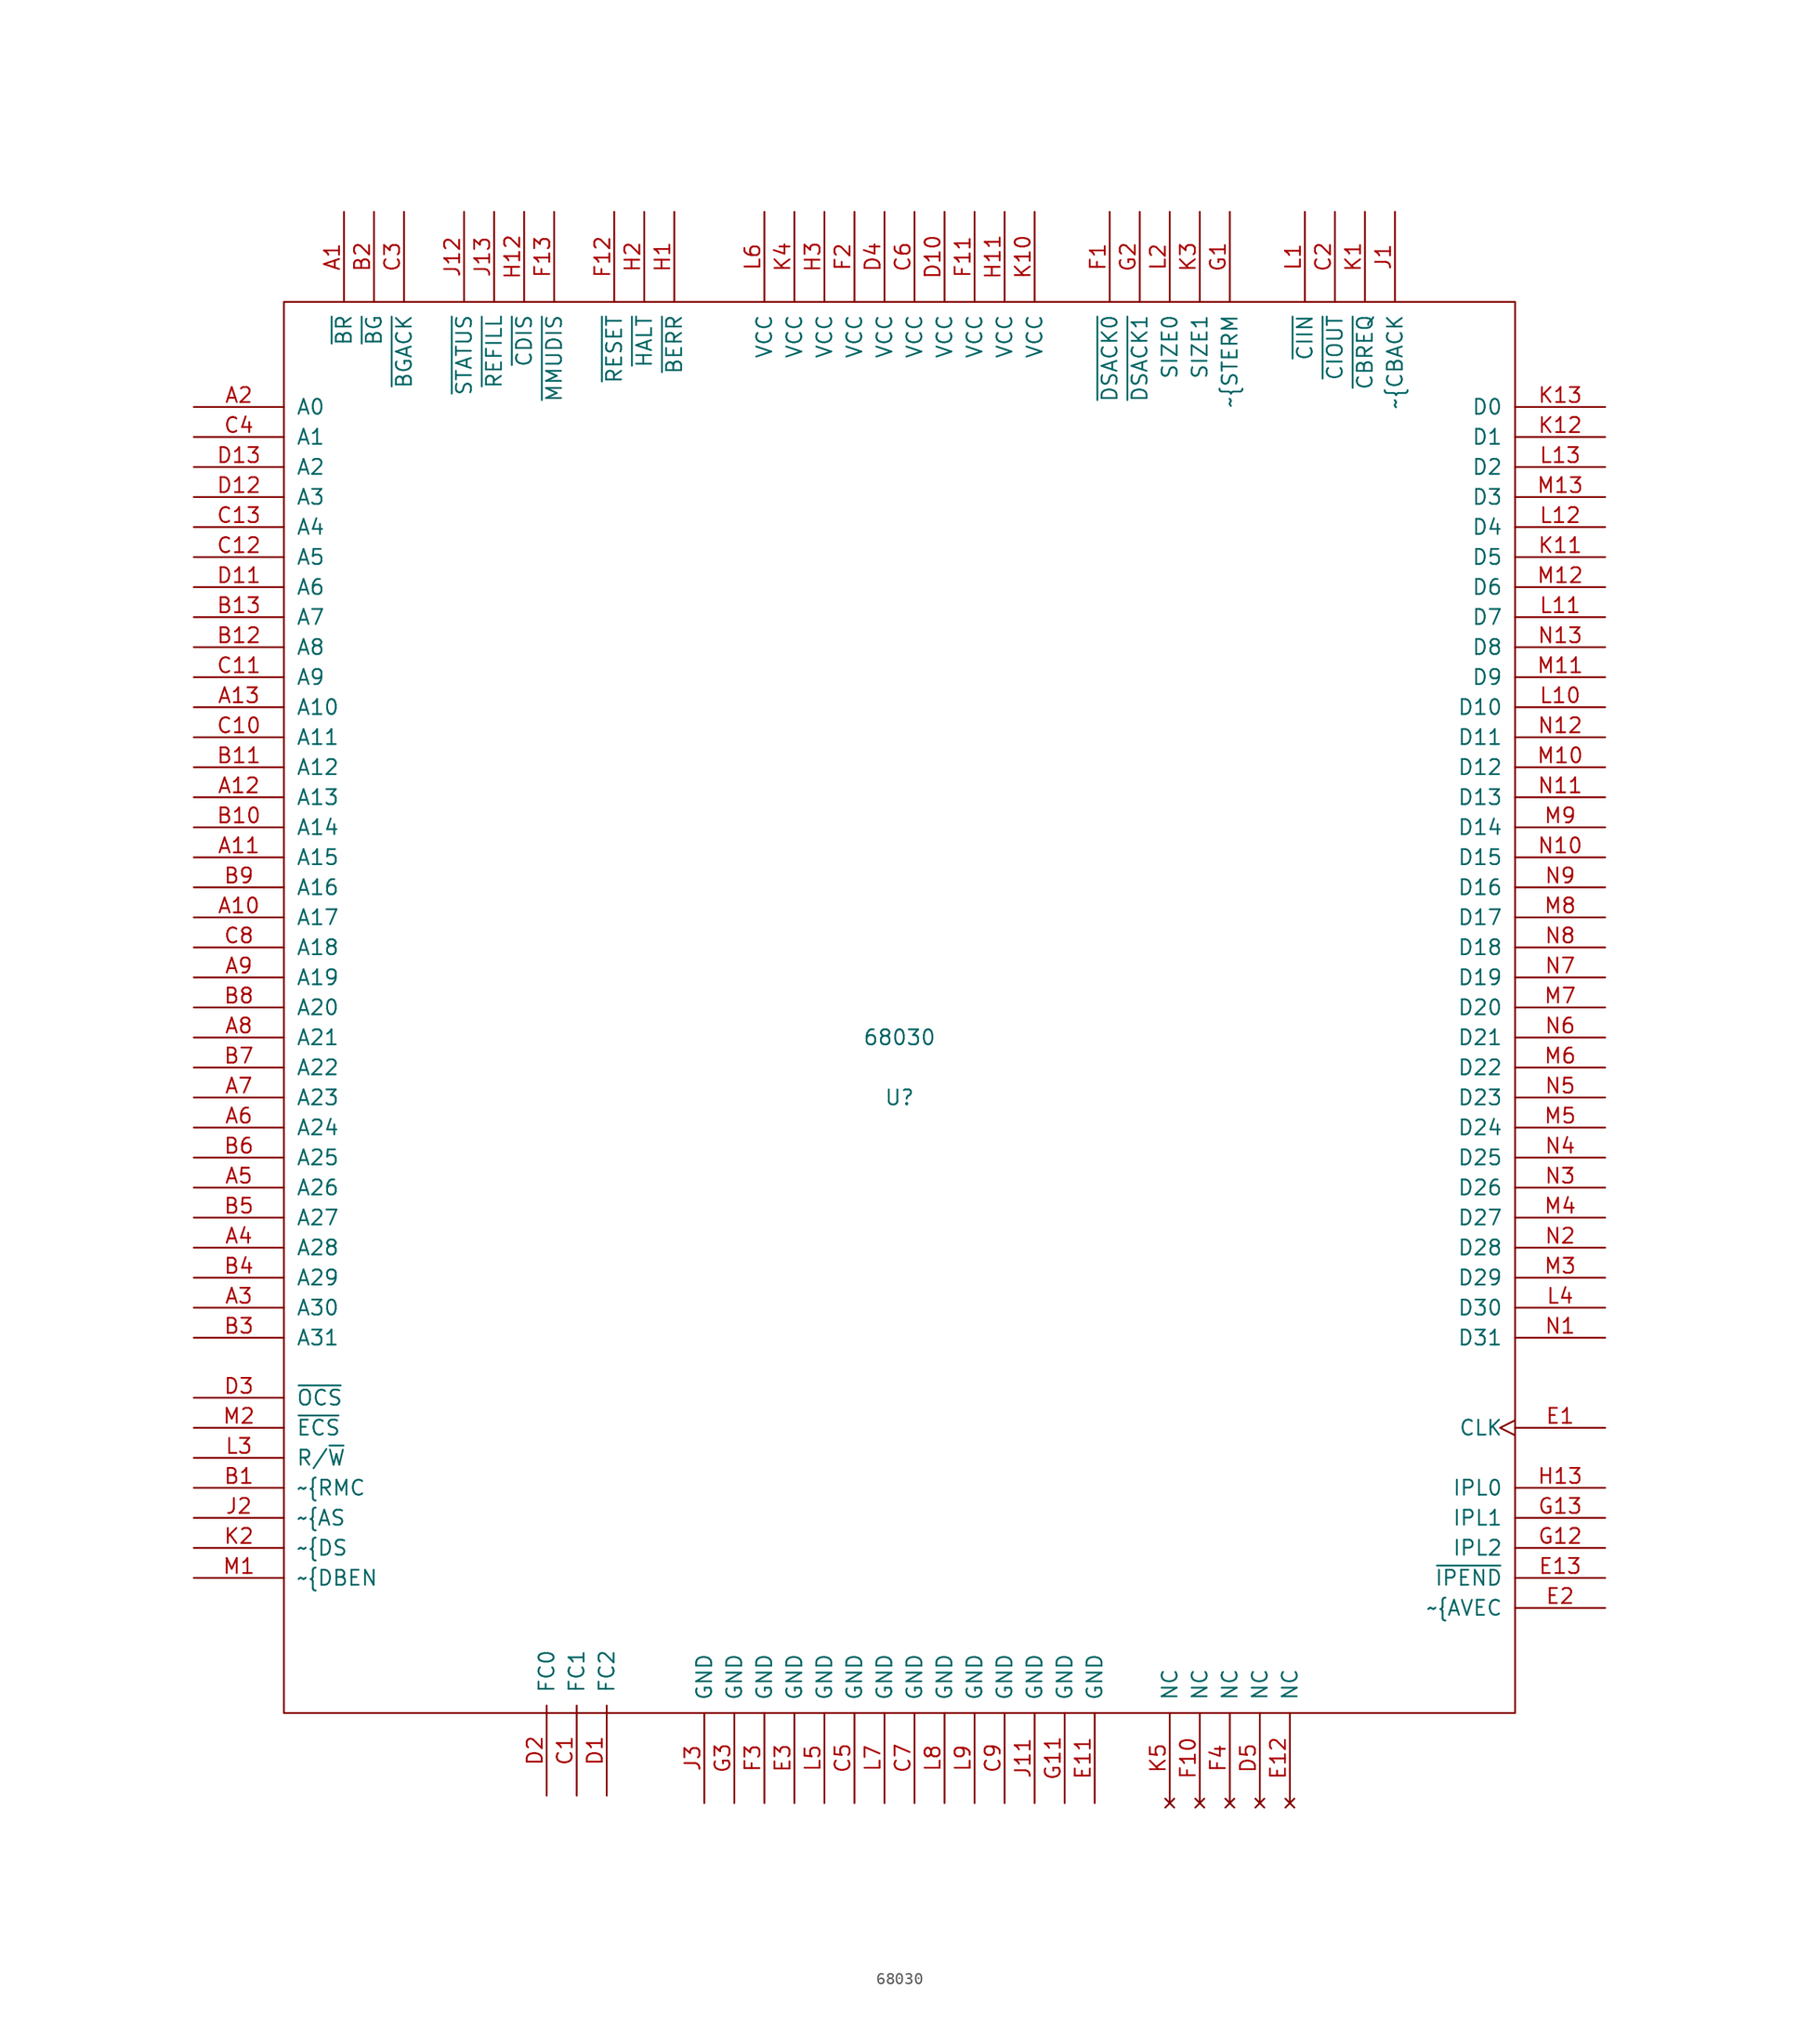
<source format=kicad_sym>
(kicad_symbol_lib
  (version 20211014)
  (generator kicad_symbol_editor)
  (symbol "68030"
    (pin_names
      (offset 1.016))
    (property "Reference" "U"
      (at 0 -2.54 0)
      (effects (font (size 1.27 1.27))))
    (property "Value" "68030"
      (at 0 2.54 0)
      (effects (font (size 1.27 1.27))))
    (symbol "68030_1_0"
      (rectangle (start -52.07 64.77) (end 52.07 -54.61) (stroke (width 0) (type default) (color 0 0 0 0)) (fill (type none))))
    (symbol "68030_1_1"
      (pin input line (at -46.99 72.39 270) (length 7.62) (name "~{BR}" (effects (font (size 1.27 1.27)))) (number "A1" (effects (font (size 1.27 1.27)))))
      (pin output line (at -59.69 12.7 0) (length 7.62) (name "A17" (effects (font (size 1.27 1.27)))) (number "A10" (effects (font (size 1.27 1.27)))))
      (pin output line (at -59.69 17.78 0) (length 7.62) (name "A15" (effects (font (size 1.27 1.27)))) (number "A11" (effects (font (size 1.27 1.27)))))
      (pin output line (at -59.69 22.86 0) (length 7.62) (name "A13" (effects (font (size 1.27 1.27)))) (number "A12" (effects (font (size 1.27 1.27)))))
      (pin output line (at -59.69 30.48 0) (length 7.62) (name "A10" (effects (font (size 1.27 1.27)))) (number "A13" (effects (font (size 1.27 1.27)))))
      (pin output line (at -59.69 55.88 0) (length 7.62) (name "A0" (effects (font (size 1.27 1.27)))) (number "A2" (effects (font (size 1.27 1.27)))))
      (pin output line (at -59.69 -20.32 0) (length 7.62) (name "A30" (effects (font (size 1.27 1.27)))) (number "A3" (effects (font (size 1.27 1.27)))))
      (pin output line (at -59.69 -15.24 0) (length 7.62) (name "A28" (effects (font (size 1.27 1.27)))) (number "A4" (effects (font (size 1.27 1.27)))))
      (pin output line (at -59.69 -10.16 0) (length 7.62) (name "A26" (effects (font (size 1.27 1.27)))) (number "A5" (effects (font (size 1.27 1.27)))))
      (pin output line (at -59.69 -5.08 0) (length 7.62) (name "A24" (effects (font (size 1.27 1.27)))) (number "A6" (effects (font (size 1.27 1.27)))))
      (pin output line (at -59.69 -2.54 0) (length 7.62) (name "A23" (effects (font (size 1.27 1.27)))) (number "A7" (effects (font (size 1.27 1.27)))))
      (pin output line (at -59.69 2.54 0) (length 7.62) (name "A21" (effects (font (size 1.27 1.27)))) (number "A8" (effects (font (size 1.27 1.27)))))
      (pin output line (at -59.69 7.62 0) (length 7.62) (name "A19" (effects (font (size 1.27 1.27)))) (number "A9" (effects (font (size 1.27 1.27)))))
      (pin output line (at -59.69 -35.56 0) (length 7.62) (name "~{RMC" (effects (font (size 1.27 1.27)))) (number "B1" (effects (font (size 1.27 1.27)))))
      (pin output line (at -59.69 20.32 0) (length 7.62) (name "A14" (effects (font (size 1.27 1.27)))) (number "B10" (effects (font (size 1.27 1.27)))))
      (pin output line (at -59.69 25.4 0) (length 7.62) (name "A12" (effects (font (size 1.27 1.27)))) (number "B11" (effects (font (size 1.27 1.27)))))
      (pin output line (at -59.69 35.56 0) (length 7.62) (name "A8" (effects (font (size 1.27 1.27)))) (number "B12" (effects (font (size 1.27 1.27)))))
      (pin output line (at -59.69 38.1 0) (length 7.62) (name "A7" (effects (font (size 1.27 1.27)))) (number "B13" (effects (font (size 1.27 1.27)))))
      (pin output line (at -44.45 72.39 270) (length 7.62) (name "~{BG}" (effects (font (size 1.27 1.27)))) (number "B2" (effects (font (size 1.27 1.27)))))
      (pin output line (at -59.69 -22.86 0) (length 7.62) (name "A31" (effects (font (size 1.27 1.27)))) (number "B3" (effects (font (size 1.27 1.27)))))
      (pin output line (at -59.69 -17.78 0) (length 7.62) (name "A29" (effects (font (size 1.27 1.27)))) (number "B4" (effects (font (size 1.27 1.27)))))
      (pin output line (at -59.69 -12.7 0) (length 7.62) (name "A27" (effects (font (size 1.27 1.27)))) (number "B5" (effects (font (size 1.27 1.27)))))
      (pin output line (at -59.69 -7.62 0) (length 7.62) (name "A25" (effects (font (size 1.27 1.27)))) (number "B6" (effects (font (size 1.27 1.27)))))
      (pin output line (at -59.69 0 0) (length 7.62) (name "A22" (effects (font (size 1.27 1.27)))) (number "B7" (effects (font (size 1.27 1.27)))))
      (pin output line (at -59.69 5.08 0) (length 7.62) (name "A20" (effects (font (size 1.27 1.27)))) (number "B8" (effects (font (size 1.27 1.27)))))
      (pin output line (at -59.69 15.24 0) (length 7.62) (name "A16" (effects (font (size 1.27 1.27)))) (number "B9" (effects (font (size 1.27 1.27)))))
      (pin output line (at -27.305 -61.595 90) (length 7.62) (name "FC1" (effects (font (size 1.27 1.27)))) (number "C1" (effects (font (size 1.27 1.27)))))
      (pin output line (at -59.69 27.94 0) (length 7.62) (name "A11" (effects (font (size 1.27 1.27)))) (number "C10" (effects (font (size 1.27 1.27)))))
      (pin output line (at -59.69 33.02 0) (length 7.62) (name "A9" (effects (font (size 1.27 1.27)))) (number "C11" (effects (font (size 1.27 1.27)))))
      (pin output line (at -59.69 43.18 0) (length 7.62) (name "A5" (effects (font (size 1.27 1.27)))) (number "C12" (effects (font (size 1.27 1.27)))))
      (pin output line (at -59.69 45.72 0) (length 7.62) (name "A4" (effects (font (size 1.27 1.27)))) (number "C13" (effects (font (size 1.27 1.27)))))
      (pin input line (at 36.83 72.39 270) (length 7.62) (name "~{CIOUT}" (effects (font (size 1.27 1.27)))) (number "C2" (effects (font (size 1.27 1.27)))))
      (pin input line (at -41.91 72.39 270) (length 7.62) (name "~{BGACK}" (effects (font (size 1.27 1.27)))) (number "C3" (effects (font (size 1.27 1.27)))))
      (pin output line (at -59.69 53.34 0) (length 7.62) (name "A1" (effects (font (size 1.27 1.27)))) (number "C4" (effects (font (size 1.27 1.27)))))
      (pin power_in line (at -3.81 -62.23 90) (length 7.62) (name "GND" (effects (font (size 1.27 1.27)))) (number "C5" (effects (font (size 1.27 1.27)))))
      (pin power_in line (at 1.27 72.39 270) (length 7.62) (name "VCC" (effects (font (size 1.27 1.27)))) (number "C6" (effects (font (size 1.27 1.27)))))
      (pin power_in line (at 1.27 -62.23 90) (length 7.62) (name "GND" (effects (font (size 1.27 1.27)))) (number "C7" (effects (font (size 1.27 1.27)))))
      (pin output line (at -59.69 10.16 0) (length 7.62) (name "A18" (effects (font (size 1.27 1.27)))) (number "C8" (effects (font (size 1.27 1.27)))))
      (pin power_in line (at 8.89 -62.23 90) (length 7.62) (name "GND" (effects (font (size 1.27 1.27)))) (number "C9" (effects (font (size 1.27 1.27)))))
      (pin output line (at -24.765 -61.595 90) (length 7.62) (name "FC2" (effects (font (size 1.27 1.27)))) (number "D1" (effects (font (size 1.27 1.27)))))
      (pin power_in line (at 3.81 72.39 270) (length 7.62) (name "VCC" (effects (font (size 1.27 1.27)))) (number "D10" (effects (font (size 1.27 1.27)))))
      (pin output line (at -59.69 40.64 0) (length 7.62) (name "A6" (effects (font (size 1.27 1.27)))) (number "D11" (effects (font (size 1.27 1.27)))))
      (pin output line (at -59.69 48.26 0) (length 7.62) (name "A3" (effects (font (size 1.27 1.27)))) (number "D12" (effects (font (size 1.27 1.27)))))
      (pin output line (at -59.69 50.8 0) (length 7.62) (name "A2" (effects (font (size 1.27 1.27)))) (number "D13" (effects (font (size 1.27 1.27)))))
      (pin output line (at -29.845 -61.595 90) (length 7.62) (name "FC0" (effects (font (size 1.27 1.27)))) (number "D2" (effects (font (size 1.27 1.27)))))
      (pin output line (at -59.69 -27.94 0) (length 7.62) (name "~{OCS}" (effects (font (size 1.27 1.27)))) (number "D3" (effects (font (size 1.27 1.27)))))
      (pin power_in line (at -1.27 72.39 270) (length 7.62) (name "VCC" (effects (font (size 1.27 1.27)))) (number "D4" (effects (font (size 1.27 1.27)))))
      (pin no_connect line (at 30.48 -62.23 90) (length 7.62) (name "NC" (effects (font (size 1.27 1.27)))) (number "D5" (effects (font (size 1.27 1.27)))))
      (pin input clock (at 59.69 -30.48 180) (length 7.62) (name "CLK" (effects (font (size 1.27 1.27)))) (number "E1" (effects (font (size 1.27 1.27)))))
      (pin power_in line (at 16.51 -62.23 90) (length 7.62) (name "GND" (effects (font (size 1.27 1.27)))) (number "E11" (effects (font (size 1.27 1.27)))))
      (pin no_connect line (at 33.02 -62.23 90) (length 7.62) (name "NC" (effects (font (size 1.27 1.27)))) (number "E12" (effects (font (size 1.27 1.27)))))
      (pin output line (at 59.69 -43.18 180) (length 7.62) (name "~{IPEND}" (effects (font (size 1.27 1.27)))) (number "E13" (effects (font (size 1.27 1.27)))))
      (pin input line (at 59.69 -45.72 180) (length 7.62) (name "~{AVEC" (effects (font (size 1.27 1.27)))) (number "E2" (effects (font (size 1.27 1.27)))))
      (pin power_in line (at -8.89 -62.23 90) (length 7.62) (name "GND" (effects (font (size 1.27 1.27)))) (number "E3" (effects (font (size 1.27 1.27)))))
      (pin bidirectional line (at 17.78 72.39 270) (length 7.62) (name "~{DSACK0}" (effects (font (size 1.27 1.27)))) (number "F1" (effects (font (size 1.27 1.27)))))
      (pin no_connect line (at 25.4 -62.23 90) (length 7.62) (name "NC" (effects (font (size 1.27 1.27)))) (number "F10" (effects (font (size 1.27 1.27)))))
      (pin power_in line (at 6.35 72.39 270) (length 7.62) (name "VCC" (effects (font (size 1.27 1.27)))) (number "F11" (effects (font (size 1.27 1.27)))))
      (pin input line (at -24.13 72.39 270) (length 7.62) (name "~{RESET}" (effects (font (size 1.27 1.27)))) (number "F12" (effects (font (size 1.27 1.27)))))
      (pin input line (at -29.21 72.39 270) (length 7.62) (name "~{MMUDIS}" (effects (font (size 1.27 1.27)))) (number "F13" (effects (font (size 1.27 1.27)))))
      (pin power_in line (at -3.81 72.39 270) (length 7.62) (name "VCC" (effects (font (size 1.27 1.27)))) (number "F2" (effects (font (size 1.27 1.27)))))
      (pin power_in line (at -11.43 -62.23 90) (length 7.62) (name "GND" (effects (font (size 1.27 1.27)))) (number "F3" (effects (font (size 1.27 1.27)))))
      (pin no_connect line (at 27.94 -62.23 90) (length 7.62) (name "NC" (effects (font (size 1.27 1.27)))) (number "F4" (effects (font (size 1.27 1.27)))))
      (pin input line (at 27.94 72.39 270) (length 7.62) (name "~{STERM" (effects (font (size 1.27 1.27)))) (number "G1" (effects (font (size 1.27 1.27)))))
      (pin power_in line (at 13.97 -62.23 90) (length 7.62) (name "GND" (effects (font (size 1.27 1.27)))) (number "G11" (effects (font (size 1.27 1.27)))))
      (pin bidirectional line (at 59.69 -40.64 180) (length 7.62) (name "IPL2" (effects (font (size 1.27 1.27)))) (number "G12" (effects (font (size 1.27 1.27)))))
      (pin bidirectional line (at 59.69 -38.1 180) (length 7.62) (name "IPL1" (effects (font (size 1.27 1.27)))) (number "G13" (effects (font (size 1.27 1.27)))))
      (pin bidirectional line (at 20.32 72.39 270) (length 7.62) (name "~{DSACK1}" (effects (font (size 1.27 1.27)))) (number "G2" (effects (font (size 1.27 1.27)))))
      (pin power_in line (at -13.97 -62.23 90) (length 7.62) (name "GND" (effects (font (size 1.27 1.27)))) (number "G3" (effects (font (size 1.27 1.27)))))
      (pin input line (at -19.05 72.39 270) (length 7.62) (name "~{BERR}" (effects (font (size 1.27 1.27)))) (number "H1" (effects (font (size 1.27 1.27)))))
      (pin power_in line (at 8.89 72.39 270) (length 7.62) (name "VCC" (effects (font (size 1.27 1.27)))) (number "H11" (effects (font (size 1.27 1.27)))))
      (pin input line (at -31.75 72.39 270) (length 7.62) (name "~{CDIS}" (effects (font (size 1.27 1.27)))) (number "H12" (effects (font (size 1.27 1.27)))))
      (pin input line (at 59.69 -35.56 180) (length 7.62) (name "IPL0" (effects (font (size 1.27 1.27)))) (number "H13" (effects (font (size 1.27 1.27)))))
      (pin bidirectional line (at -21.59 72.39 270) (length 7.62) (name "~{HALT}" (effects (font (size 1.27 1.27)))) (number "H2" (effects (font (size 1.27 1.27)))))
      (pin power_in line (at -6.35 72.39 270) (length 7.62) (name "VCC" (effects (font (size 1.27 1.27)))) (number "H3" (effects (font (size 1.27 1.27)))))
      (pin input line (at 41.91 72.39 270) (length 7.62) (name "~{CBACK" (effects (font (size 1.27 1.27)))) (number "J1" (effects (font (size 1.27 1.27)))))
      (pin power_in line (at 11.43 -62.23 90) (length 7.62) (name "GND" (effects (font (size 1.27 1.27)))) (number "J11" (effects (font (size 1.27 1.27)))))
      (pin output line (at -36.83 72.39 270) (length 7.62) (name "~{STATUS}" (effects (font (size 1.27 1.27)))) (number "J12" (effects (font (size 1.27 1.27)))))
      (pin output line (at -34.29 72.39 270) (length 7.62) (name "~{REFILL}" (effects (font (size 1.27 1.27)))) (number "J13" (effects (font (size 1.27 1.27)))))
      (pin output line (at -59.69 -38.1 0) (length 7.62) (name "~{AS" (effects (font (size 1.27 1.27)))) (number "J2" (effects (font (size 1.27 1.27)))))
      (pin power_in line (at -16.51 -62.23 90) (length 7.62) (name "GND" (effects (font (size 1.27 1.27)))) (number "J3" (effects (font (size 1.27 1.27)))))
      (pin output line (at 39.37 72.39 270) (length 7.62) (name "~{CBREQ}" (effects (font (size 1.27 1.27)))) (number "K1" (effects (font (size 1.27 1.27)))))
      (pin power_in line (at 11.43 72.39 270) (length 7.62) (name "VCC" (effects (font (size 1.27 1.27)))) (number "K10" (effects (font (size 1.27 1.27)))))
      (pin bidirectional line (at 59.69 43.18 180) (length 7.62) (name "D5" (effects (font (size 1.27 1.27)))) (number "K11" (effects (font (size 1.27 1.27)))))
      (pin bidirectional line (at 59.69 53.34 180) (length 7.62) (name "D1" (effects (font (size 1.27 1.27)))) (number "K12" (effects (font (size 1.27 1.27)))))
      (pin bidirectional line (at 59.69 55.88 180) (length 7.62) (name "D0" (effects (font (size 1.27 1.27)))) (number "K13" (effects (font (size 1.27 1.27)))))
      (pin output line (at -59.69 -40.64 0) (length 7.62) (name "~{DS" (effects (font (size 1.27 1.27)))) (number "K2" (effects (font (size 1.27 1.27)))))
      (pin output line (at 25.4 72.39 270) (length 7.62) (name "SIZE1" (effects (font (size 1.27 1.27)))) (number "K3" (effects (font (size 1.27 1.27)))))
      (pin power_in line (at -8.89 72.39 270) (length 7.62) (name "VCC" (effects (font (size 1.27 1.27)))) (number "K4" (effects (font (size 1.27 1.27)))))
      (pin no_connect line (at 22.86 -62.23 90) (length 7.62) (name "NC" (effects (font (size 1.27 1.27)))) (number "K5" (effects (font (size 1.27 1.27)))))
      (pin input line (at 34.29 72.39 270) (length 7.62) (name "~{CIIN}" (effects (font (size 1.27 1.27)))) (number "L1" (effects (font (size 1.27 1.27)))))
      (pin bidirectional line (at 59.69 30.48 180) (length 7.62) (name "D10" (effects (font (size 1.27 1.27)))) (number "L10" (effects (font (size 1.27 1.27)))))
      (pin bidirectional line (at 59.69 38.1 180) (length 7.62) (name "D7" (effects (font (size 1.27 1.27)))) (number "L11" (effects (font (size 1.27 1.27)))))
      (pin bidirectional line (at 59.69 45.72 180) (length 7.62) (name "D4" (effects (font (size 1.27 1.27)))) (number "L12" (effects (font (size 1.27 1.27)))))
      (pin bidirectional line (at 59.69 50.8 180) (length 7.62) (name "D2" (effects (font (size 1.27 1.27)))) (number "L13" (effects (font (size 1.27 1.27)))))
      (pin output line (at 22.86 72.39 270) (length 7.62) (name "SIZE0" (effects (font (size 1.27 1.27)))) (number "L2" (effects (font (size 1.27 1.27)))))
      (pin output line (at -59.69 -33.02 0) (length 7.62) (name "R/~{W}" (effects (font (size 1.27 1.27)))) (number "L3" (effects (font (size 1.27 1.27)))))
      (pin bidirectional line (at 59.69 -20.32 180) (length 7.62) (name "D30" (effects (font (size 1.27 1.27)))) (number "L4" (effects (font (size 1.27 1.27)))))
      (pin power_in line (at -6.35 -62.23 90) (length 7.62) (name "GND" (effects (font (size 1.27 1.27)))) (number "L5" (effects (font (size 1.27 1.27)))))
      (pin power_in line (at -11.43 72.39 270) (length 7.62) (name "VCC" (effects (font (size 1.27 1.27)))) (number "L6" (effects (font (size 1.27 1.27)))))
      (pin power_in line (at -1.27 -62.23 90) (length 7.62) (name "GND" (effects (font (size 1.27 1.27)))) (number "L7" (effects (font (size 1.27 1.27)))))
      (pin power_in line (at 3.81 -62.23 90) (length 7.62) (name "GND" (effects (font (size 1.27 1.27)))) (number "L8" (effects (font (size 1.27 1.27)))))
      (pin power_in line (at 6.35 -62.23 90) (length 7.62) (name "GND" (effects (font (size 1.27 1.27)))) (number "L9" (effects (font (size 1.27 1.27)))))
      (pin output line (at -59.69 -43.18 0) (length 7.62) (name "~{DBEN" (effects (font (size 1.27 1.27)))) (number "M1" (effects (font (size 1.27 1.27)))))
      (pin bidirectional line (at 59.69 25.4 180) (length 7.62) (name "D12" (effects (font (size 1.27 1.27)))) (number "M10" (effects (font (size 1.27 1.27)))))
      (pin bidirectional line (at 59.69 33.02 180) (length 7.62) (name "D9" (effects (font (size 1.27 1.27)))) (number "M11" (effects (font (size 1.27 1.27)))))
      (pin bidirectional line (at 59.69 40.64 180) (length 7.62) (name "D6" (effects (font (size 1.27 1.27)))) (number "M12" (effects (font (size 1.27 1.27)))))
      (pin bidirectional line (at 59.69 48.26 180) (length 7.62) (name "D3" (effects (font (size 1.27 1.27)))) (number "M13" (effects (font (size 1.27 1.27)))))
      (pin output line (at -59.69 -30.48 0) (length 7.62) (name "~{ECS}" (effects (font (size 1.27 1.27)))) (number "M2" (effects (font (size 1.27 1.27)))))
      (pin bidirectional line (at 59.69 -17.78 180) (length 7.62) (name "D29" (effects (font (size 1.27 1.27)))) (number "M3" (effects (font (size 1.27 1.27)))))
      (pin bidirectional line (at 59.69 -12.7 180) (length 7.62) (name "D27" (effects (font (size 1.27 1.27)))) (number "M4" (effects (font (size 1.27 1.27)))))
      (pin bidirectional line (at 59.69 -5.08 180) (length 7.62) (name "D24" (effects (font (size 1.27 1.27)))) (number "M5" (effects (font (size 1.27 1.27)))))
      (pin bidirectional line (at 59.69 0 180) (length 7.62) (name "D22" (effects (font (size 1.27 1.27)))) (number "M6" (effects (font (size 1.27 1.27)))))
      (pin bidirectional line (at 59.69 5.08 180) (length 7.62) (name "D20" (effects (font (size 1.27 1.27)))) (number "M7" (effects (font (size 1.27 1.27)))))
      (pin bidirectional line (at 59.69 12.7 180) (length 7.62) (name "D17" (effects (font (size 1.27 1.27)))) (number "M8" (effects (font (size 1.27 1.27)))))
      (pin bidirectional line (at 59.69 20.32 180) (length 7.62) (name "D14" (effects (font (size 1.27 1.27)))) (number "M9" (effects (font (size 1.27 1.27)))))
      (pin bidirectional line (at 59.69 -22.86 180) (length 7.62) (name "D31" (effects (font (size 1.27 1.27)))) (number "N1" (effects (font (size 1.27 1.27)))))
      (pin bidirectional line (at 59.69 17.78 180) (length 7.62) (name "D15" (effects (font (size 1.27 1.27)))) (number "N10" (effects (font (size 1.27 1.27)))))
      (pin bidirectional line (at 59.69 22.86 180) (length 7.62) (name "D13" (effects (font (size 1.27 1.27)))) (number "N11" (effects (font (size 1.27 1.27)))))
      (pin bidirectional line (at 59.69 27.94 180) (length 7.62) (name "D11" (effects (font (size 1.27 1.27)))) (number "N12" (effects (font (size 1.27 1.27)))))
      (pin bidirectional line (at 59.69 35.56 180) (length 7.62) (name "D8" (effects (font (size 1.27 1.27)))) (number "N13" (effects (font (size 1.27 1.27)))))
      (pin bidirectional line (at 59.69 -15.24 180) (length 7.62) (name "D28" (effects (font (size 1.27 1.27)))) (number "N2" (effects (font (size 1.27 1.27)))))
      (pin bidirectional line (at 59.69 -10.16 180) (length 7.62) (name "D26" (effects (font (size 1.27 1.27)))) (number "N3" (effects (font (size 1.27 1.27)))))
      (pin bidirectional line (at 59.69 -7.62 180) (length 7.62) (name "D25" (effects (font (size 1.27 1.27)))) (number "N4" (effects (font (size 1.27 1.27)))))
      (pin bidirectional line (at 59.69 -2.54 180) (length 7.62) (name "D23" (effects (font (size 1.27 1.27)))) (number "N5" (effects (font (size 1.27 1.27)))))
      (pin bidirectional line (at 59.69 2.54 180) (length 7.62) (name "D21" (effects (font (size 1.27 1.27)))) (number "N6" (effects (font (size 1.27 1.27)))))
      (pin bidirectional line (at 59.69 7.62 180) (length 7.62) (name "D19" (effects (font (size 1.27 1.27)))) (number "N7" (effects (font (size 1.27 1.27)))))
      (pin bidirectional line (at 59.69 10.16 180) (length 7.62) (name "D18" (effects (font (size 1.27 1.27)))) (number "N8" (effects (font (size 1.27 1.27)))))
      (pin bidirectional line (at 59.69 15.24 180) (length 7.62) (name "D16" (effects (font (size 1.27 1.27)))) (number "N9" (effects (font (size 1.27 1.27))))))))
</source>
